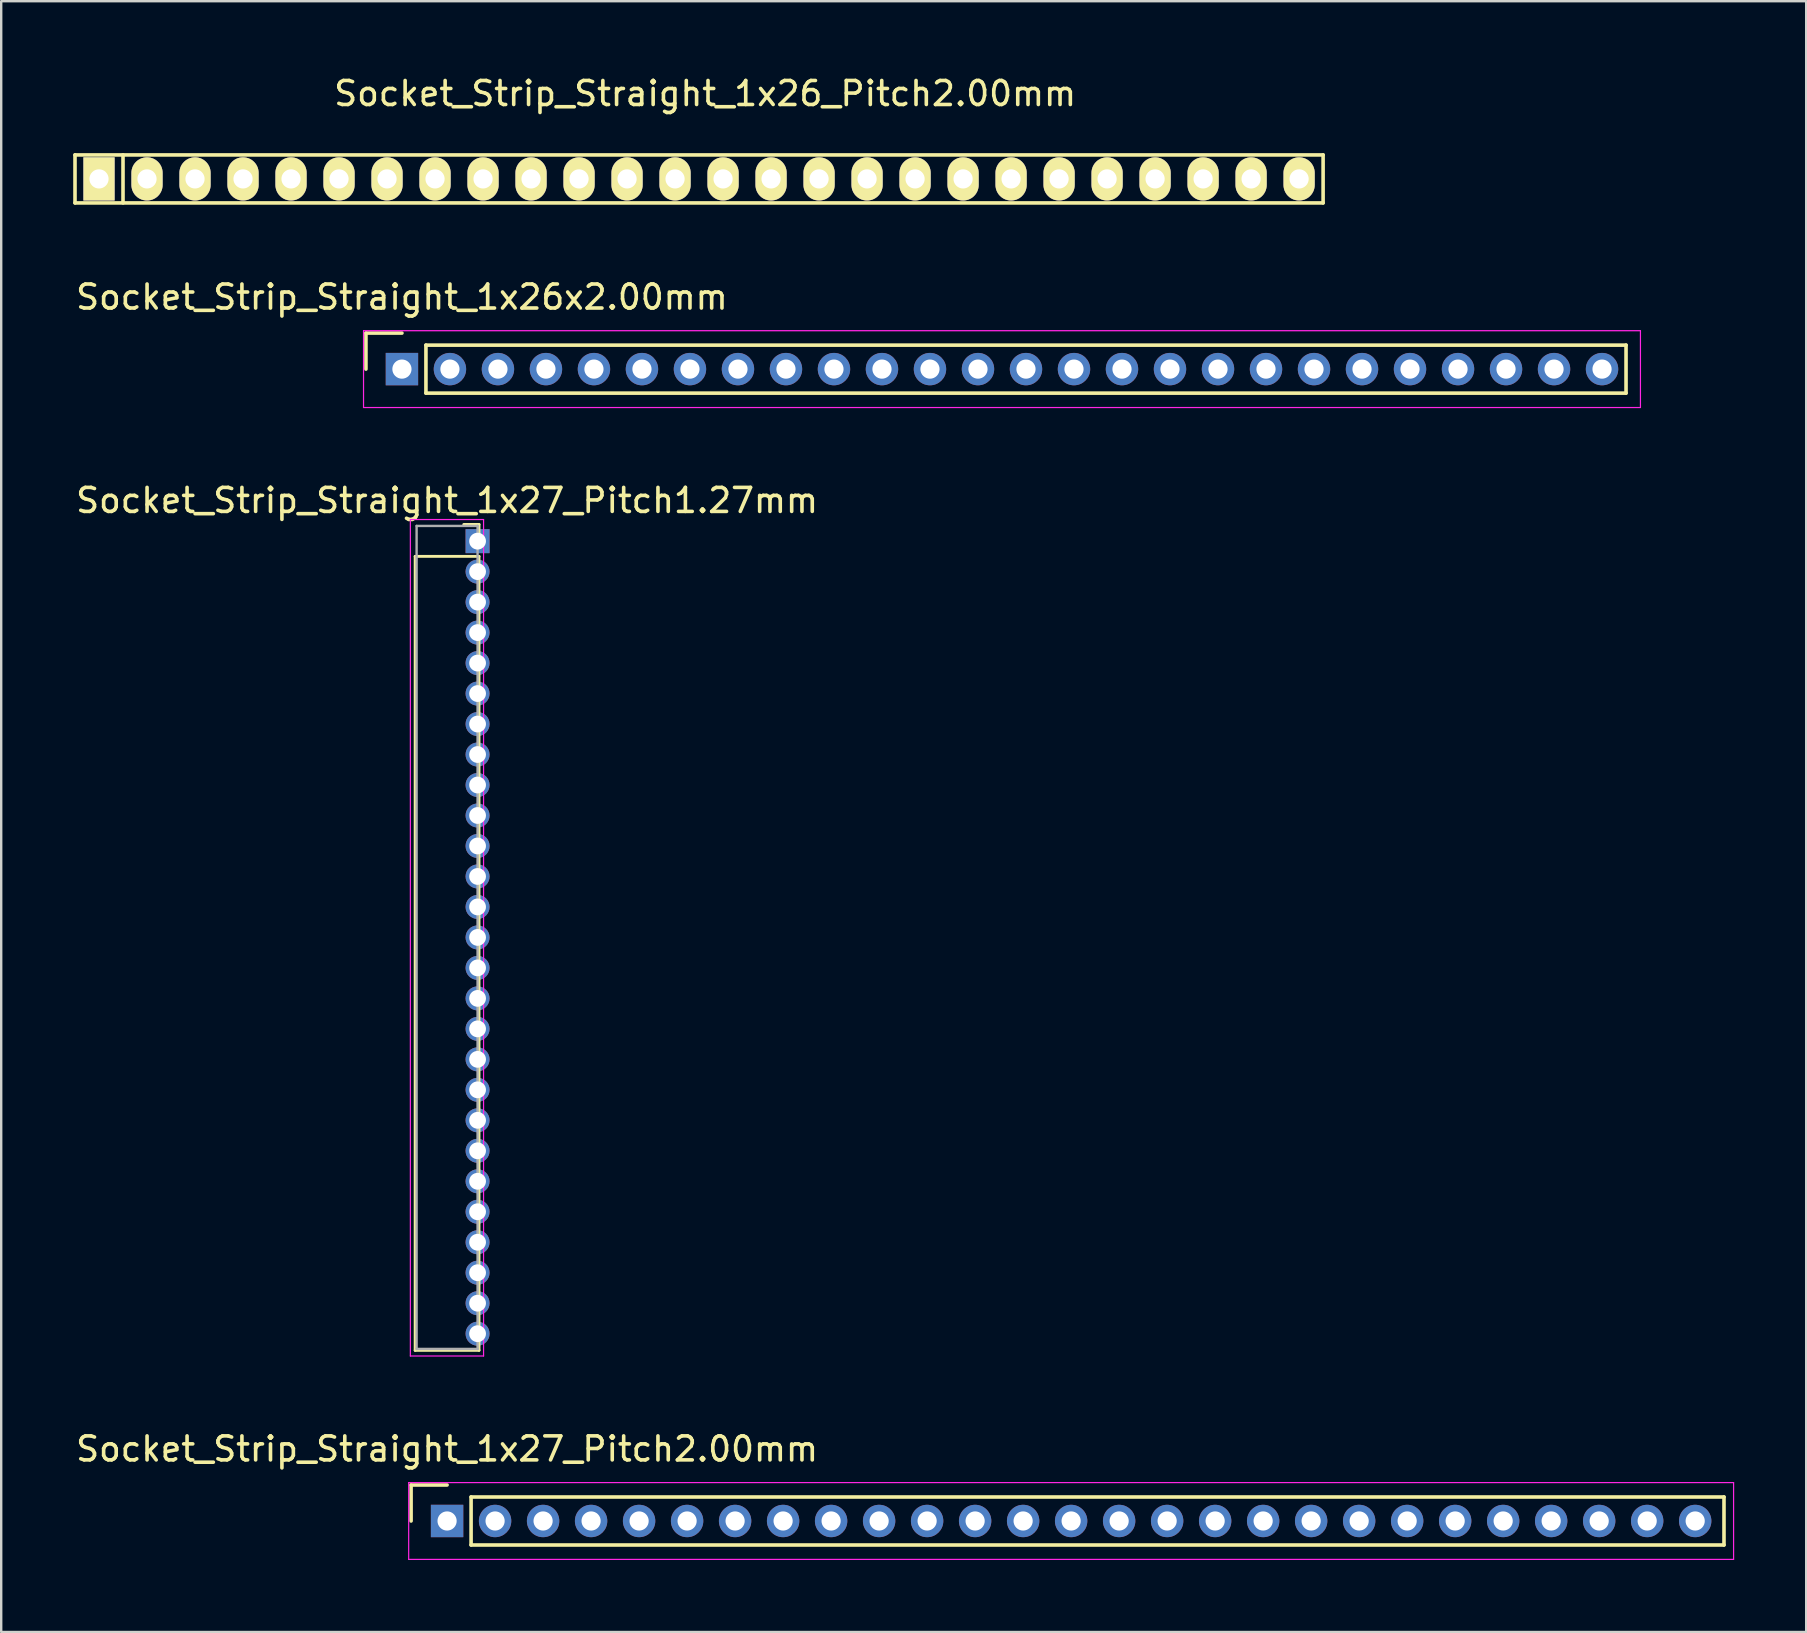
<source format=kicad_pcb>
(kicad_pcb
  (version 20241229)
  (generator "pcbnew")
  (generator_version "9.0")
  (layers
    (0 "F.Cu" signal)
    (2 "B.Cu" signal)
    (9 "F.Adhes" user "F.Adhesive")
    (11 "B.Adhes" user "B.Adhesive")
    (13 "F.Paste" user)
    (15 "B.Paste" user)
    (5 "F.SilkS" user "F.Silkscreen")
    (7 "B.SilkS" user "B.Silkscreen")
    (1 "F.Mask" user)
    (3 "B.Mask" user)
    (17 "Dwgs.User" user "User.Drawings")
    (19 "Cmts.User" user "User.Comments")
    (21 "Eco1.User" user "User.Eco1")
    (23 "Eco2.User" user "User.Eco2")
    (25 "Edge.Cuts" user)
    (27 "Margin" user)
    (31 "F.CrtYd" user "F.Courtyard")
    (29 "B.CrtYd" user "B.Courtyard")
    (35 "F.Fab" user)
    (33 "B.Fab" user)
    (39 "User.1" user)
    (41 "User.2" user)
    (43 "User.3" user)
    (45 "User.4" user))
  (footprint "Socket_Strip_Straight_1x27_Pitch2.00mm"
    (layer "F.Cu")
    (at 15.577 60.319)
    (property "Reference" "Socket_Strip_Straight_1x27_Pitch2.00mm" (at 0 -3 0) (layer "F.SilkS") (effects (font (size 1 1) (thickness 0.15))))
    (attr through_hole)
    (fp_line (start -1.5 -1.5) (end -1.5 0) (stroke (width 0.15) (type solid)) (layer "F.SilkS"))
    (fp_line (start 0 -1.5) (end -1.5 -1.5) (stroke (width 0.15) (type solid)) (layer "F.SilkS"))
    (fp_line (start 1 -1) (end 1 1) (stroke (width 0.15) (type solid)) (layer "F.SilkS"))
    (fp_line (start 1 1) (end 53.2 1) (stroke (width 0.15) (type solid)) (layer "F.SilkS"))
    (fp_line (start 53.2 -1) (end 1 -1) (stroke (width 0.15) (type solid)) (layer "F.SilkS"))
    (fp_line (start 53.2 1) (end 53.2 -1) (stroke (width 0.15) (type solid)) (layer "F.SilkS"))
    (fp_line (start -1.6 -1.6) (end -1.6 1.6) (stroke (width 0.05) (type solid)) (layer "F.CrtYd"))
    (fp_line (start -1.6 1.6) (end 53.6 1.6) (stroke (width 0.05) (type solid)) (layer "F.CrtYd"))
    (fp_line (start 53.6 -1.6) (end -1.6 -1.6) (stroke (width 0.05) (type solid)) (layer "F.CrtYd"))
    (fp_line (start 53.6 1.6) (end 53.6 -1.6) (stroke (width 0.05) (type solid)) (layer "F.CrtYd"))
    (pad "1" thru_hole rect (at 0 0) (size 1.35 1.35) (drill 0.8) (layers "*.Cu" "*.Mask"))
    (pad "2" thru_hole circle (at 2 0) (size 1.35 1.35) (drill 0.8) (layers "*.Cu" "*.Mask"))
    (pad "3" thru_hole circle (at 4 0) (size 1.35 1.35) (drill 0.8) (layers "*.Cu" "*.Mask"))
    (pad "4" thru_hole circle (at 6 0) (size 1.35 1.35) (drill 0.8) (layers "*.Cu" "*.Mask"))
    (pad "5" thru_hole circle (at 8 0) (size 1.35 1.35) (drill 0.8) (layers "*.Cu" "*.Mask"))
    (pad "6" thru_hole circle (at 10 0) (size 1.35 1.35) (drill 0.8) (layers "*.Cu" "*.Mask"))
    (pad "7" thru_hole circle (at 12 0) (size 1.35 1.35) (drill 0.8) (layers "*.Cu" "*.Mask"))
    (pad "8" thru_hole circle (at 14 0) (size 1.35 1.35) (drill 0.8) (layers "*.Cu" "*.Mask"))
    (pad "9" thru_hole circle (at 16 0) (size 1.35 1.35) (drill 0.8) (layers "*.Cu" "*.Mask"))
    (pad "10" thru_hole circle (at 18 0) (size 1.35 1.35) (drill 0.8) (layers "*.Cu" "*.Mask"))
    (pad "11" thru_hole circle (at 20 0) (size 1.35 1.35) (drill 0.8) (layers "*.Cu" "*.Mask"))
    (pad "12" thru_hole circle (at 22 0) (size 1.35 1.35) (drill 0.8) (layers "*.Cu" "*.Mask"))
    (pad "13" thru_hole circle (at 24 0) (size 1.35 1.35) (drill 0.8) (layers "*.Cu" "*.Mask"))
    (pad "14" thru_hole circle (at 26 0) (size 1.35 1.35) (drill 0.8) (layers "*.Cu" "*.Mask"))
    (pad "15" thru_hole circle (at 28 0) (size 1.35 1.35) (drill 0.8) (layers "*.Cu" "*.Mask"))
    (pad "16" thru_hole circle (at 30 0) (size 1.35 1.35) (drill 0.8) (layers "*.Cu" "*.Mask"))
    (pad "17" thru_hole circle (at 32 0) (size 1.35 1.35) (drill 0.8) (layers "*.Cu" "*.Mask"))
    (pad "18" thru_hole circle (at 34 0) (size 1.35 1.35) (drill 0.8) (layers "*.Cu" "*.Mask"))
    (pad "19" thru_hole circle (at 36 0) (size 1.35 1.35) (drill 0.8) (layers "*.Cu" "*.Mask"))
    (pad "20" thru_hole circle (at 38 0) (size 1.35 1.35) (drill 0.8) (layers "*.Cu" "*.Mask"))
    (pad "21" thru_hole circle (at 40 0) (size 1.35 1.35) (drill 0.8) (layers "*.Cu" "*.Mask"))
    (pad "22" thru_hole circle (at 42 0) (size 1.35 1.35) (drill 0.8) (layers "*.Cu" "*.Mask"))
    (pad "23" thru_hole circle (at 44 0) (size 1.35 1.35) (drill 0.8) (layers "*.Cu" "*.Mask"))
    (pad "24" thru_hole circle (at 46 0) (size 1.35 1.35) (drill 0.8) (layers "*.Cu" "*.Mask"))
    (pad "25" thru_hole circle (at 48 0) (size 1.35 1.35) (drill 0.8) (layers "*.Cu" "*.Mask"))
    (pad "26" thru_hole circle (at 50 0) (size 1.35 1.35) (drill 0.8) (layers "*.Cu" "*.Mask"))
    (pad "27" thru_hole circle (at 52 0) (size 1.35 1.35) (drill 0.8) (layers "*.Cu" "*.Mask")))
  (footprint "Socket_Strip_Straight_1x27_Pitch1.27mm"
    (layer "F.Cu")
    (at 16.847 19.496)
    (property "Reference" "Socket_Strip_Straight_1x27_Pitch1.27mm" (at -1.27 -1.695 0) (layer "F.SilkS") (effects (font (size 1 1) (thickness 0.15))))
    (attr through_hole)
    (fp_line (start -2.6 0.635) (end -2.6 33.715) (stroke (width 0.12) (type solid)) (layer "F.SilkS"))
    (fp_line (start -2.6 33.715) (end 0.06 33.715) (stroke (width 0.12) (type solid)) (layer "F.SilkS"))
    (fp_line (start 0.06 -0.695) (end -0.575 -0.695) (stroke (width 0.12) (type solid)) (layer "F.SilkS"))
    (fp_line (start 0.06 0) (end 0.06 -0.695) (stroke (width 0.12) (type solid)) (layer "F.SilkS"))
    (fp_line (start 0.06 0.635) (end -2.6 0.635) (stroke (width 0.12) (type solid)) (layer "F.SilkS"))
    (fp_line (start 0.06 33.715) (end 0.06 0.635) (stroke (width 0.12) (type solid)) (layer "F.SilkS"))
    (fp_line (start -2.8 -0.9) (end -2.8 33.95) (stroke (width 0.05) (type solid)) (layer "F.CrtYd"))
    (fp_line (start -2.8 33.95) (end 0.25 33.95) (stroke (width 0.05) (type solid)) (layer "F.CrtYd"))
    (fp_line (start 0.25 -0.9) (end -2.8 -0.9) (stroke (width 0.05) (type solid)) (layer "F.CrtYd"))
    (fp_line (start 0.25 33.95) (end 0.25 -0.9) (stroke (width 0.05) (type solid)) (layer "F.CrtYd"))
    (fp_line (start -2.54 -0.635) (end -2.54 33.655) (stroke (width 0.1) (type solid)) (layer "F.Fab"))
    (fp_line (start -2.54 33.655) (end 0 33.655) (stroke (width 0.1) (type solid)) (layer "F.Fab"))
    (fp_line (start 0 -0.635) (end -2.54 -0.635) (stroke (width 0.1) (type solid)) (layer "F.Fab"))
    (fp_line (start 0 33.655) (end 0 -0.635) (stroke (width 0.1) (type solid)) (layer "F.Fab"))
    (pad "1" thru_hole rect (at 0 0) (size 1 1) (drill 0.7) (layers "*.Cu" "*.Mask"))
    (pad "2" thru_hole oval (at 0 1.27) (size 1 1) (drill 0.7) (layers "*.Cu" "*.Mask"))
    (pad "3" thru_hole oval (at 0 2.54) (size 1 1) (drill 0.7) (layers "*.Cu" "*.Mask"))
    (pad "4" thru_hole oval (at 0 3.81) (size 1 1) (drill 0.7) (layers "*.Cu" "*.Mask"))
    (pad "5" thru_hole oval (at 0 5.08) (size 1 1) (drill 0.7) (layers "*.Cu" "*.Mask"))
    (pad "6" thru_hole oval (at 0 6.35) (size 1 1) (drill 0.7) (layers "*.Cu" "*.Mask"))
    (pad "7" thru_hole oval (at 0 7.62) (size 1 1) (drill 0.7) (layers "*.Cu" "*.Mask"))
    (pad "8" thru_hole oval (at 0 8.89) (size 1 1) (drill 0.7) (layers "*.Cu" "*.Mask"))
    (pad "9" thru_hole oval (at 0 10.16) (size 1 1) (drill 0.7) (layers "*.Cu" "*.Mask"))
    (pad "10" thru_hole oval (at 0 11.43) (size 1 1) (drill 0.7) (layers "*.Cu" "*.Mask"))
    (pad "11" thru_hole oval (at 0 12.7) (size 1 1) (drill 0.7) (layers "*.Cu" "*.Mask"))
    (pad "12" thru_hole oval (at 0 13.97) (size 1 1) (drill 0.7) (layers "*.Cu" "*.Mask"))
    (pad "13" thru_hole oval (at 0 15.24) (size 1 1) (drill 0.7) (layers "*.Cu" "*.Mask"))
    (pad "14" thru_hole oval (at 0 16.51) (size 1 1) (drill 0.7) (layers "*.Cu" "*.Mask"))
    (pad "15" thru_hole oval (at 0 17.78) (size 1 1) (drill 0.7) (layers "*.Cu" "*.Mask"))
    (pad "16" thru_hole oval (at 0 19.05) (size 1 1) (drill 0.7) (layers "*.Cu" "*.Mask"))
    (pad "17" thru_hole oval (at 0 20.32) (size 1 1) (drill 0.7) (layers "*.Cu" "*.Mask"))
    (pad "18" thru_hole oval (at 0 21.59) (size 1 1) (drill 0.7) (layers "*.Cu" "*.Mask"))
    (pad "19" thru_hole oval (at 0 22.86) (size 1 1) (drill 0.7) (layers "*.Cu" "*.Mask"))
    (pad "20" thru_hole oval (at 0 24.13) (size 1 1) (drill 0.7) (layers "*.Cu" "*.Mask"))
    (pad "21" thru_hole oval (at 0 25.4) (size 1 1) (drill 0.7) (layers "*.Cu" "*.Mask"))
    (pad "22" thru_hole oval (at 0 26.67) (size 1 1) (drill 0.7) (layers "*.Cu" "*.Mask"))
    (pad "23" thru_hole oval (at 0 27.94) (size 1 1) (drill 0.7) (layers "*.Cu" "*.Mask"))
    (pad "24" thru_hole oval (at 0 29.21) (size 1 1) (drill 0.7) (layers "*.Cu" "*.Mask"))
    (pad "25" thru_hole oval (at 0 30.48) (size 1 1) (drill 0.7) (layers "*.Cu" "*.Mask"))
    (pad "26" thru_hole oval (at 0 31.75) (size 1 1) (drill 0.7) (layers "*.Cu" "*.Mask"))
    (pad "27" thru_hole oval (at 0 33.02) (size 1 1) (drill 0.7) (layers "*.Cu" "*.Mask")))
  (footprint "Socket_Strip_Straight_1x26x2.00mm"
    (layer "F.Cu")
    (at 13.696 12.328)
    (property "Reference" "Socket_Strip_Straight_1x26x2.00mm" (at 0 -3 0) (layer "F.SilkS") (effects (font (size 1 1) (thickness 0.15))))
    (attr through_hole)
    (fp_line (start -1.5 -1.5) (end -1.5 0) (stroke (width 0.15) (type solid)) (layer "F.SilkS"))
    (fp_line (start 0 -1.5) (end -1.5 -1.5) (stroke (width 0.15) (type solid)) (layer "F.SilkS"))
    (fp_line (start 1 -1) (end 1 1) (stroke (width 0.15) (type solid)) (layer "F.SilkS"))
    (fp_line (start 1 1) (end 51 1) (stroke (width 0.15) (type solid)) (layer "F.SilkS"))
    (fp_line (start 51 -1) (end 1 -1) (stroke (width 0.15) (type solid)) (layer "F.SilkS"))
    (fp_line (start 51 1) (end 51 -1) (stroke (width 0.15) (type solid)) (layer "F.SilkS"))
    (fp_line (start -1.6 -1.6) (end -1.6 1.6) (stroke (width 0.05) (type solid)) (layer "F.CrtYd"))
    (fp_line (start -1.6 1.6) (end 51.6 1.6) (stroke (width 0.05) (type solid)) (layer "F.CrtYd"))
    (fp_line (start 51.6 -1.6) (end -1.6 -1.6) (stroke (width 0.05) (type solid)) (layer "F.CrtYd"))
    (fp_line (start 51.6 1.6) (end 51.6 -1.6) (stroke (width 0.05) (type solid)) (layer "F.CrtYd"))
    (pad "1" thru_hole rect (at 0 0) (size 1.35 1.35) (drill 0.8) (layers "*.Cu" "*.Mask"))
    (pad "2" thru_hole circle (at 2 0) (size 1.35 1.35) (drill 0.8) (layers "*.Cu" "*.Mask"))
    (pad "3" thru_hole circle (at 4 0) (size 1.35 1.35) (drill 0.8) (layers "*.Cu" "*.Mask"))
    (pad "4" thru_hole circle (at 6 0) (size 1.35 1.35) (drill 0.8) (layers "*.Cu" "*.Mask"))
    (pad "5" thru_hole circle (at 8 0) (size 1.35 1.35) (drill 0.8) (layers "*.Cu" "*.Mask"))
    (pad "6" thru_hole circle (at 10 0) (size 1.35 1.35) (drill 0.8) (layers "*.Cu" "*.Mask"))
    (pad "7" thru_hole circle (at 12 0) (size 1.35 1.35) (drill 0.8) (layers "*.Cu" "*.Mask"))
    (pad "8" thru_hole circle (at 14 0) (size 1.35 1.35) (drill 0.8) (layers "*.Cu" "*.Mask"))
    (pad "9" thru_hole circle (at 16 0) (size 1.35 1.35) (drill 0.8) (layers "*.Cu" "*.Mask"))
    (pad "10" thru_hole circle (at 18 0) (size 1.35 1.35) (drill 0.8) (layers "*.Cu" "*.Mask"))
    (pad "11" thru_hole circle (at 20 0) (size 1.35 1.35) (drill 0.8) (layers "*.Cu" "*.Mask"))
    (pad "12" thru_hole circle (at 22 0) (size 1.35 1.35) (drill 0.8) (layers "*.Cu" "*.Mask"))
    (pad "13" thru_hole circle (at 24 0) (size 1.35 1.35) (drill 0.8) (layers "*.Cu" "*.Mask"))
    (pad "14" thru_hole circle (at 26 0) (size 1.35 1.35) (drill 0.8) (layers "*.Cu" "*.Mask"))
    (pad "15" thru_hole circle (at 28 0) (size 1.35 1.35) (drill 0.8) (layers "*.Cu" "*.Mask"))
    (pad "16" thru_hole circle (at 30 0) (size 1.35 1.35) (drill 0.8) (layers "*.Cu" "*.Mask"))
    (pad "17" thru_hole circle (at 32 0) (size 1.35 1.35) (drill 0.8) (layers "*.Cu" "*.Mask"))
    (pad "18" thru_hole circle (at 34 0) (size 1.35 1.35) (drill 0.8) (layers "*.Cu" "*.Mask"))
    (pad "19" thru_hole circle (at 36 0) (size 1.35 1.35) (drill 0.8) (layers "*.Cu" "*.Mask"))
    (pad "20" thru_hole circle (at 38 0) (size 1.35 1.35) (drill 0.8) (layers "*.Cu" "*.Mask"))
    (pad "21" thru_hole circle (at 40 0) (size 1.35 1.35) (drill 0.8) (layers "*.Cu" "*.Mask"))
    (pad "22" thru_hole circle (at 42 0) (size 1.35 1.35) (drill 0.8) (layers "*.Cu" "*.Mask"))
    (pad "23" thru_hole circle (at 44 0) (size 1.35 1.35) (drill 0.8) (layers "*.Cu" "*.Mask"))
    (pad "24" thru_hole circle (at 46 0) (size 1.35 1.35) (drill 0.8) (layers "*.Cu" "*.Mask"))
    (pad "25" thru_hole circle (at 48 0) (size 1.35 1.35) (drill 0.8) (layers "*.Cu" "*.Mask"))
    (pad "26" thru_hole circle (at 50 0) (size 1.35 1.35) (drill 0.8) (layers "*.Cu" "*.Mask")))
  (footprint "Socket_Strip_Straight_1x26_Pitch2.00mm"
    (layer "F.Cu")
    (at 26.075 4.404)
    (property "Reference" "Socket_Strip_Straight_1x26_Pitch2.00mm" (at 0.254 -3.556 0) (layer "F.SilkS") (effects (font (size 1 1) (thickness 0.15))))
    (attr through_hole)
    (fp_line (start -26 -1) (end 26 -1) (stroke (width 0.15) (type solid)) (layer "F.SilkS"))
    (fp_line (start -26 1) (end -26 -1) (stroke (width 0.15) (type solid)) (layer "F.SilkS"))
    (fp_line (start -24 -1) (end -24 1) (stroke (width 0.15) (type solid)) (layer "F.SilkS"))
    (fp_line (start 26 -1) (end 26 1) (stroke (width 0.15) (type solid)) (layer "F.SilkS"))
    (fp_line (start 26 1) (end -26 1) (stroke (width 0.15) (type solid)) (layer "F.SilkS"))
    (pad "1" thru_hole rect (at -25 0) (size 1.3 1.8) (drill 0.8) (layers "*.Cu" "*.Mask" "F.SilkS"))
    (pad "2" thru_hole oval (at -23 0) (size 1.3 1.8) (drill 0.8) (layers "*.Cu" "*.Mask" "F.SilkS"))
    (pad "3" thru_hole oval (at -21 0) (size 1.3 1.8) (drill 0.8) (layers "*.Cu" "*.Mask" "F.SilkS"))
    (pad "4" thru_hole oval (at -19 0) (size 1.3 1.8) (drill 0.8) (layers "*.Cu" "*.Mask" "F.SilkS"))
    (pad "5" thru_hole oval (at -17 0) (size 1.3 1.8) (drill 0.8) (layers "*.Cu" "*.Mask" "F.SilkS"))
    (pad "6" thru_hole oval (at -15 0) (size 1.3 1.8) (drill 0.8) (layers "*.Cu" "*.Mask" "F.SilkS"))
    (pad "7" thru_hole oval (at -13 0) (size 1.3 1.8) (drill 0.8) (layers "*.Cu" "*.Mask" "F.SilkS"))
    (pad "8" thru_hole oval (at -11 0) (size 1.3 1.8) (drill 0.8) (layers "*.Cu" "*.Mask" "F.SilkS"))
    (pad "9" thru_hole oval (at -9 0) (size 1.3 1.8) (drill 0.8) (layers "*.Cu" "*.Mask" "F.SilkS"))
    (pad "10" thru_hole oval (at -7 0) (size 1.3 1.8) (drill 0.8) (layers "*.Cu" "*.Mask" "F.SilkS"))
    (pad "11" thru_hole oval (at -5 0) (size 1.3 1.8) (drill 0.8) (layers "*.Cu" "*.Mask" "F.SilkS"))
    (pad "12" thru_hole oval (at -3 0) (size 1.3 1.8) (drill 0.8) (layers "*.Cu" "*.Mask" "F.SilkS"))
    (pad "13" thru_hole oval (at -1 0) (size 1.3 1.8) (drill 0.8) (layers "*.Cu" "*.Mask" "F.SilkS"))
    (pad "14" thru_hole oval (at 1 0) (size 1.3 1.8) (drill 0.8) (layers "*.Cu" "*.Mask" "F.SilkS"))
    (pad "15" thru_hole oval (at 3 0) (size 1.3 1.8) (drill 0.8) (layers "*.Cu" "*.Mask" "F.SilkS"))
    (pad "16" thru_hole oval (at 5 0) (size 1.3 1.8) (drill 0.8) (layers "*.Cu" "*.Mask" "F.SilkS"))
    (pad "17" thru_hole oval (at 7 0) (size 1.3 1.8) (drill 0.8) (layers "*.Cu" "*.Mask" "F.SilkS"))
    (pad "18" thru_hole oval (at 9 0) (size 1.3 1.8) (drill 0.8) (layers "*.Cu" "*.Mask" "F.SilkS"))
    (pad "19" thru_hole oval (at 11 0) (size 1.3 1.8) (drill 0.8) (layers "*.Cu" "*.Mask" "F.SilkS"))
    (pad "20" thru_hole oval (at 13 0) (size 1.3 1.8) (drill 0.8) (layers "*.Cu" "*.Mask" "F.SilkS"))
    (pad "21" thru_hole oval (at 15 0) (size 1.3 1.8) (drill 0.8) (layers "*.Cu" "*.Mask" "F.SilkS"))
    (pad "22" thru_hole oval (at 17 0) (size 1.3 1.8) (drill 0.8) (layers "*.Cu" "*.Mask" "F.SilkS"))
    (pad "23" thru_hole oval (at 19 0) (size 1.3 1.8) (drill 0.8) (layers "*.Cu" "*.Mask" "F.SilkS"))
    (pad "24" thru_hole oval (at 21 0) (size 1.3 1.8) (drill 0.8) (layers "*.Cu" "*.Mask" "F.SilkS"))
    (pad "25" thru_hole oval (at 23 0) (size 1.3 1.8) (drill 0.8) (layers "*.Cu" "*.Mask" "F.SilkS"))
    (pad "26" thru_hole oval (at 25 0) (size 1.3 1.8) (drill 0.8) (layers "*.Cu" "*.Mask" "F.SilkS")))
  (gr_rect
    (start -3 -3)
    (end 72.202 64.944)
    (stroke (width 0.1) (type default))
    (fill no)
    (layer "Edge.Cuts")))
</source>
